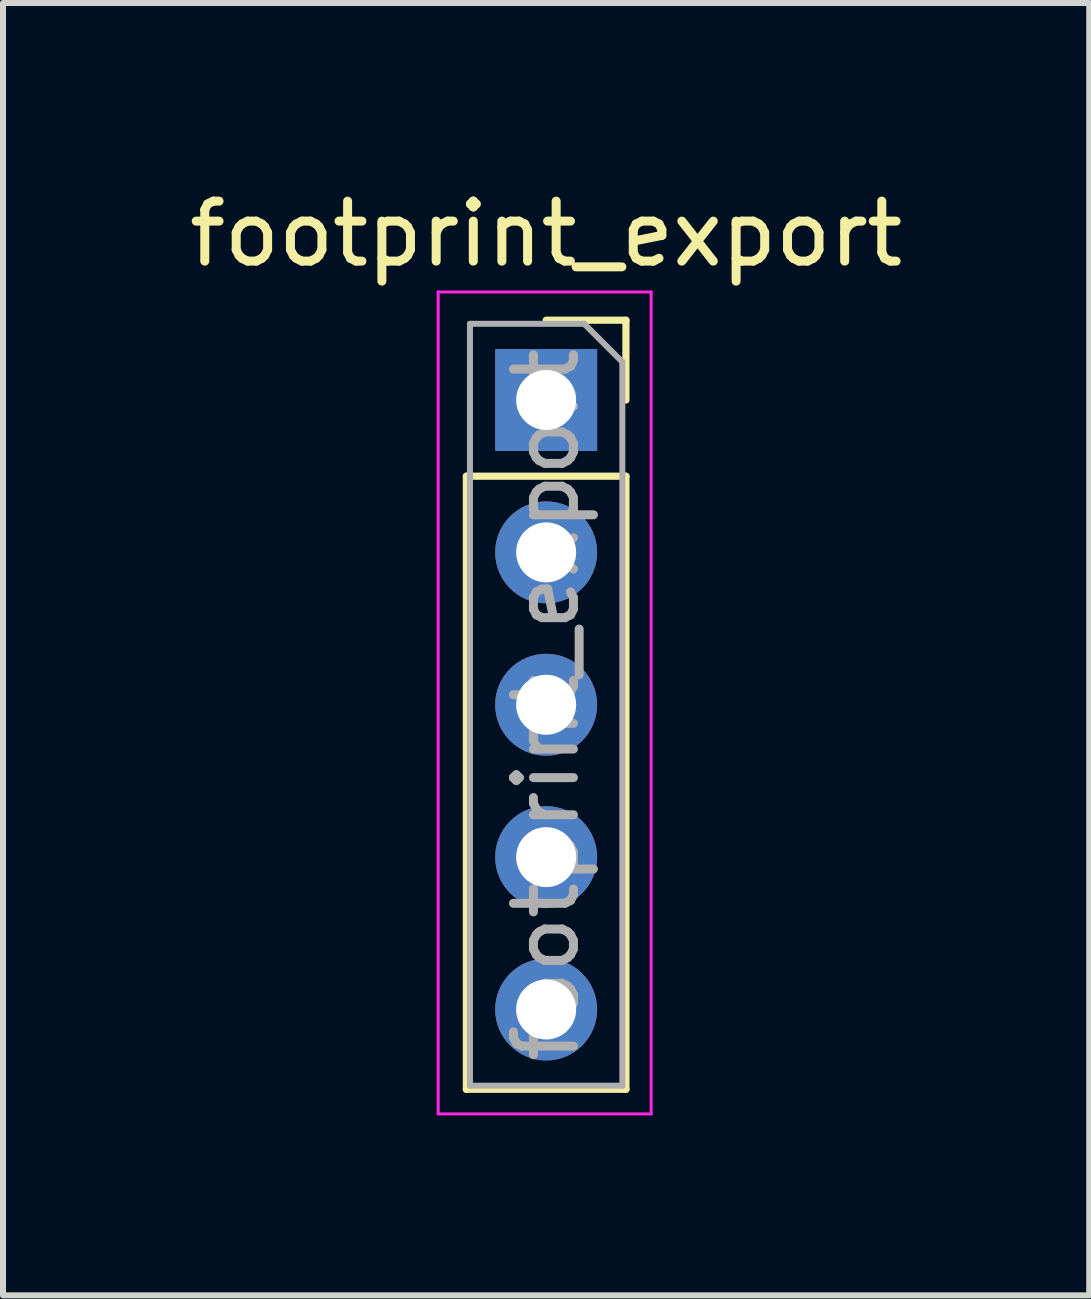
<source format=kicad_pcb>
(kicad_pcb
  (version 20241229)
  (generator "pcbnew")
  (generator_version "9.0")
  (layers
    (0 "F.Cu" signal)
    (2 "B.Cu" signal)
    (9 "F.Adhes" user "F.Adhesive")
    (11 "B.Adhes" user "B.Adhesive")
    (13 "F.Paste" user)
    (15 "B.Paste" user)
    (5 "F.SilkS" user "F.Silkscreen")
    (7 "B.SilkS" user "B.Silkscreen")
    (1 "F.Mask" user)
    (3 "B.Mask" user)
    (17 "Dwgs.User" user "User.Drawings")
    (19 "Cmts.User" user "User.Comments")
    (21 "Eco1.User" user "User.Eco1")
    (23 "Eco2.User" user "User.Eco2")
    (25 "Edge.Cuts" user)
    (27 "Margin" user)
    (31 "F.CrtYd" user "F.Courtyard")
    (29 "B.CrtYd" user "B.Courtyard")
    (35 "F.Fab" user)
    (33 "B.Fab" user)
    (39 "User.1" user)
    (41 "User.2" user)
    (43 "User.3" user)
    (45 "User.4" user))
  (footprint "footprint_export"
    (layer "F.Cu")
    (at 6.054 3.618)
    (property "Reference" "footprint_export" (at 0 -2.77 0) (layer "F.SilkS") (effects (font (size 1 1) (thickness 0.15))))
    (attr through_hole)
    (fp_line (start -1.33 1.27) (end -1.33 11.49) (stroke (width 0.12) (type solid)) (layer "F.SilkS"))
    (fp_line (start -1.33 1.27) (end 1.33 1.27) (stroke (width 0.12) (type solid)) (layer "F.SilkS"))
    (fp_line (start -1.33 11.49) (end 1.33 11.49) (stroke (width 0.12) (type solid)) (layer "F.SilkS"))
    (fp_line (start 0 -1.33) (end 1.33 -1.33) (stroke (width 0.12) (type solid)) (layer "F.SilkS"))
    (fp_line (start 1.33 -1.33) (end 1.33 0) (stroke (width 0.12) (type solid)) (layer "F.SilkS"))
    (fp_line (start 1.33 1.27) (end 1.33 11.49) (stroke (width 0.12) (type solid)) (layer "F.SilkS"))
    (fp_line (start -1.8 -1.8) (end 1.75 -1.8) (stroke (width 0.05) (type solid)) (layer "F.CrtYd"))
    (fp_line (start -1.8 11.9) (end -1.8 -1.8) (stroke (width 0.05) (type solid)) (layer "F.CrtYd"))
    (fp_line (start 1.75 -1.8) (end 1.75 11.9) (stroke (width 0.05) (type solid)) (layer "F.CrtYd"))
    (fp_line (start 1.75 11.9) (end -1.8 11.9) (stroke (width 0.05) (type solid)) (layer "F.CrtYd"))
    (fp_line (start -1.27 -1.27) (end 0.635 -1.27) (stroke (width 0.1) (type solid)) (layer "F.Fab"))
    (fp_line (start -1.27 11.43) (end -1.27 -1.27) (stroke (width 0.1) (type solid)) (layer "F.Fab"))
    (fp_line (start 0.635 -1.27) (end 1.27 -0.635) (stroke (width 0.1) (type solid)) (layer "F.Fab"))
    (fp_line (start 1.27 -0.635) (end 1.27 11.43) (stroke (width 0.1) (type solid)) (layer "F.Fab"))
    (fp_line (start 1.27 11.43) (end -1.27 11.43) (stroke (width 0.1) (type solid)) (layer "F.Fab"))
    (fp_text user "${REFERENCE}" (at 0 5.08 90) (layer "F.Fab") (effects (font (size 1 1) (thickness 0.15))))
    (pad "1" thru_hole rect (at 0 0) (size 1.7 1.7) (drill 1) (layers "*.Cu" "*.Mask"))
    (pad "2" thru_hole oval (at 0 2.54) (size 1.7 1.7) (drill 1) (layers "*.Cu" "*.Mask"))
    (pad "3" thru_hole oval (at 0 5.08) (size 1.7 1.7) (drill 1) (layers "*.Cu" "*.Mask"))
    (pad "4" thru_hole oval (at 0 7.62) (size 1.7 1.7) (drill 1) (layers "*.Cu" "*.Mask"))
    (pad "5" thru_hole oval (at 0 10.16) (size 1.7 1.7) (drill 1) (layers "*.Cu" "*.Mask")))
  (gr_rect
    (start -3 -3)
    (end 15.107 18.543)
    (stroke (width 0.1) (type default))
    (fill no)
    (layer "Edge.Cuts")))
</source>
